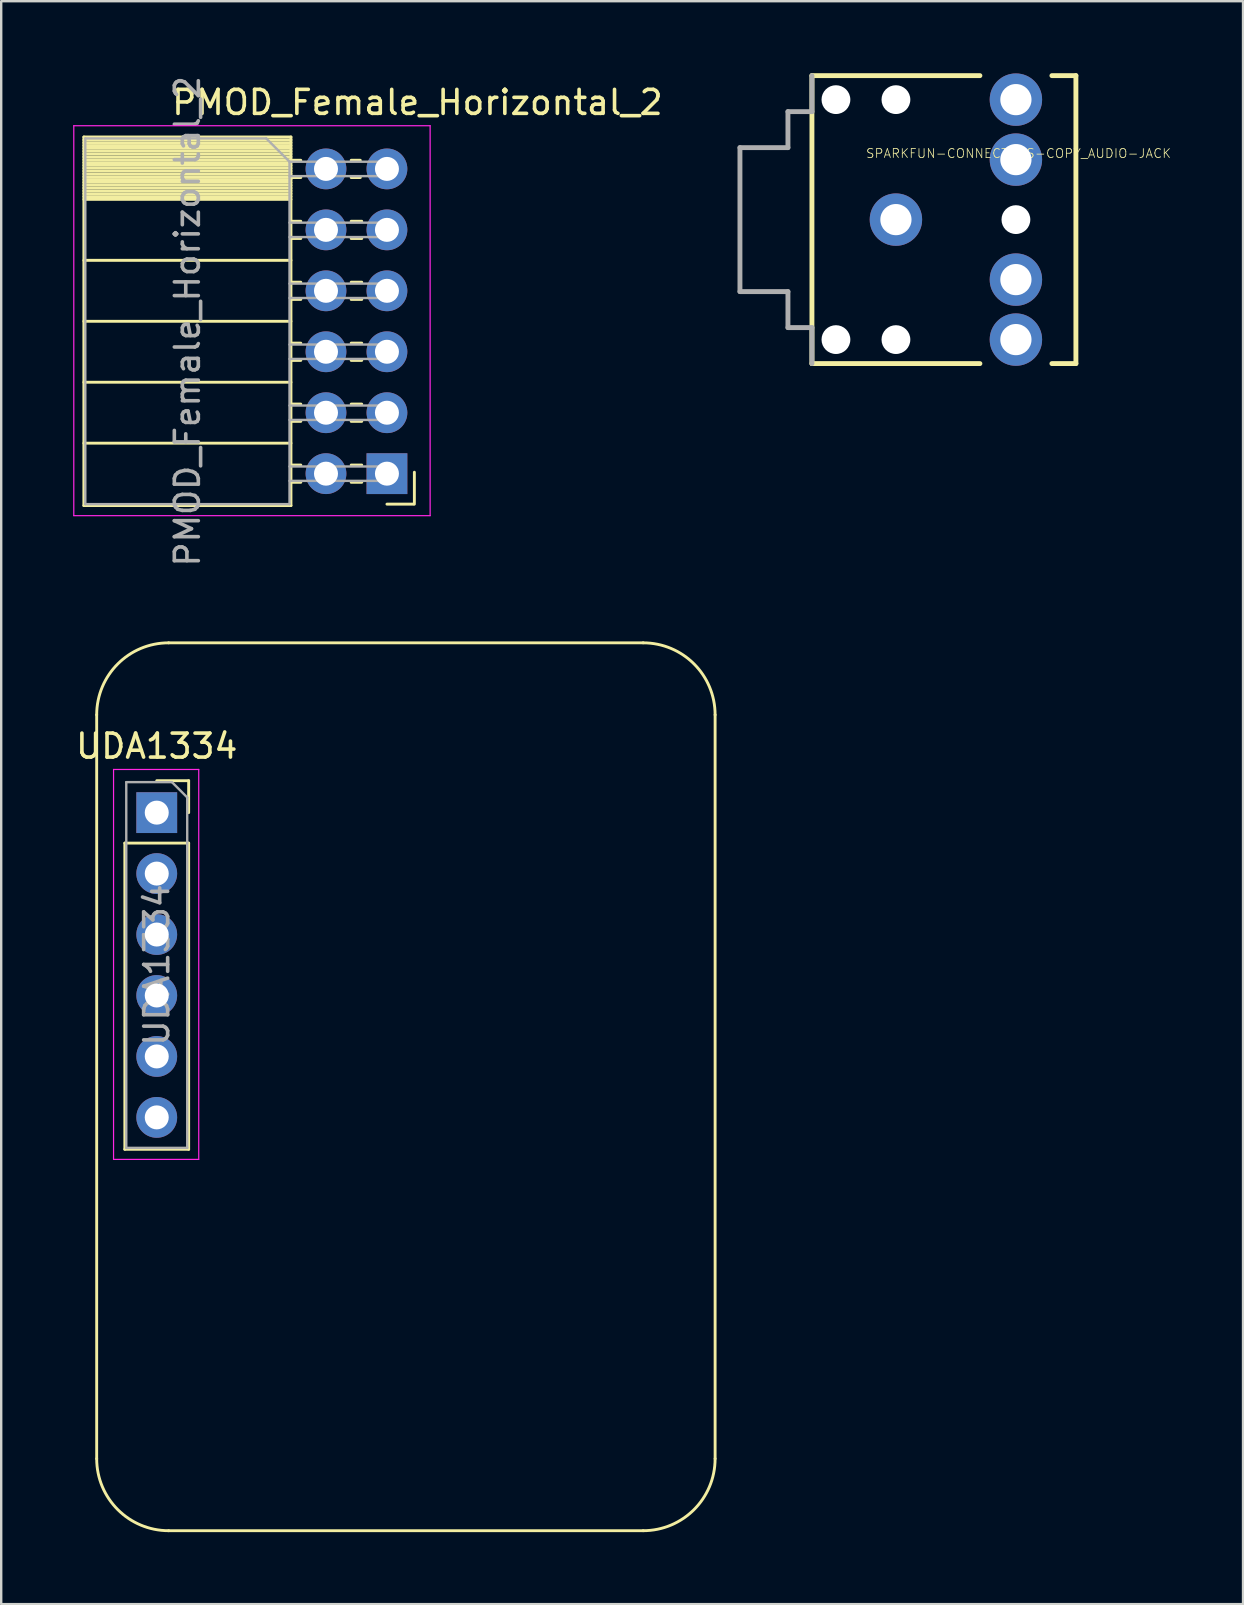
<source format=kicad_pcb>
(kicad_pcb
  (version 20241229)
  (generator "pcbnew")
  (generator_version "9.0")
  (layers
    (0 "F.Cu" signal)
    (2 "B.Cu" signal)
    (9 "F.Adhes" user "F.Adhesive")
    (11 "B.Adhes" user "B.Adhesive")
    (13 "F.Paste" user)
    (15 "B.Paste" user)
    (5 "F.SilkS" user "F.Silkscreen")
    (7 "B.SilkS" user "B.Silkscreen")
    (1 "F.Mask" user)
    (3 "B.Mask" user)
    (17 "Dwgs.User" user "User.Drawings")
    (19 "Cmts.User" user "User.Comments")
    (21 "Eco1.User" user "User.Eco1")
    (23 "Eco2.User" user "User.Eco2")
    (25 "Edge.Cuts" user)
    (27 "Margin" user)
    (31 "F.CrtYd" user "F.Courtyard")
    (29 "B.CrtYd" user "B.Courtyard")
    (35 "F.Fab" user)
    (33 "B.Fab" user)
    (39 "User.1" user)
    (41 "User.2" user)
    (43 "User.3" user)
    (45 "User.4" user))
  (footprint "SPARKFUN-CONNECTORS-COPY_AUDIO-JACK"
    (layer "F.Cu")
    (at 34.286 6.102)
    (property "Reference" "SPARKFUN-CONNECTORS-COPY_AUDIO-JACK" (at -1.27 -2.54 0) (layer "F.SilkS") (effects (font (size 0.374 0.374) (thickness 0.033)) (justify left bottom)))
    (fp_line (start -3.5 -6) (end -3.5 6) (stroke (width 0.203) (type solid)) (layer "F.SilkS"))
    (fp_line (start -3.5 -6) (end 3.5 -6) (stroke (width 0.203) (type solid)) (layer "F.SilkS"))
    (fp_line (start -3.5 6) (end 3.5 6) (stroke (width 0.203) (type solid)) (layer "F.SilkS"))
    (fp_line (start 7.5 -6) (end 6.5 -6) (stroke (width 0.203) (type solid)) (layer "F.SilkS"))
    (fp_line (start 7.5 -6) (end 7.5 6) (stroke (width 0.203) (type solid)) (layer "F.SilkS"))
    (fp_line (start 7.5 6) (end 6.5 6) (stroke (width 0.203) (type solid)) (layer "F.SilkS"))
    (fp_line (start -6.5 -3) (end -6.5 3) (stroke (width 0.203) (type solid)) (layer "F.Fab"))
    (fp_line (start -6.5 -3) (end -4.5 -3) (stroke (width 0.203) (type solid)) (layer "F.Fab"))
    (fp_line (start -6.5 3) (end -4.5 3) (stroke (width 0.203) (type solid)) (layer "F.Fab"))
    (fp_line (start -4.5 -4.5) (end -4.5 -3) (stroke (width 0.203) (type solid)) (layer "F.Fab"))
    (fp_line (start -4.5 -4.5) (end -3.5 -4.5) (stroke (width 0.203) (type solid)) (layer "F.Fab"))
    (fp_line (start -4.5 3) (end -4.5 4.5) (stroke (width 0.203) (type solid)) (layer "F.Fab"))
    (fp_line (start -4.5 4.5) (end -3.5 4.5) (stroke (width 0.203) (type solid)) (layer "F.Fab"))
    (fp_line (start -3.5 -6) (end -3.5 -4.5) (stroke (width 0.203) (type solid)) (layer "F.Fab"))
    (fp_line (start -3.5 4.5) (end -3.5 6) (stroke (width 0.203) (type solid)) (layer "F.Fab"))
    (pad "" np_thru_hole circle (at -2.5 -5) (size 1.2 1.2) (drill 1.2) (layers "*.Cu" "*.Mask"))
    (pad "" np_thru_hole circle (at -2.5 5) (size 1.2 1.2) (drill 1.2) (layers "*.Cu" "*.Mask"))
    (pad "" np_thru_hole circle (at 0 -5) (size 1.2 1.2) (drill 1.2) (layers "*.Cu" "*.Mask"))
    (pad "" np_thru_hole circle (at 0 5) (size 1.2 1.2) (drill 1.2) (layers "*.Cu" "*.Mask"))
    (pad "" np_thru_hole circle (at 5 0) (size 1.2 1.2) (drill 1.2) (layers "*.Cu" "*.Mask"))
    (pad "RING" thru_hole circle (at 5 -5) (size 2.184 2.184) (drill 1.3) (layers "*.Cu" "*.Mask"))
    (pad "RSH" thru_hole circle (at 5 -2.5) (size 2.184 2.184) (drill 1.3) (layers "*.Cu" "*.Mask"))
    (pad "SLEEVE" thru_hole circle (at 0 0) (size 2.184 2.184) (drill 1.3) (layers "*.Cu" "*.Mask"))
    (pad "TIP" thru_hole circle (at 5 5) (size 2.184 2.184) (drill 1.3) (layers "*.Cu" "*.Mask"))
    (pad "TSH" thru_hole circle (at 5 2.5) (size 2.184 2.184) (drill 1.3) (layers "*.Cu" "*.Mask")))
  (footprint "UDA1334"
    (layer "F.Cu")
    (at 3.482 30.815)
    (property "Reference" "UDA1334" (at 0 -2.77 0) (layer "F.SilkS") (effects (font (size 1 1) (thickness 0.15))))
    (attr through_hole)
    (fp_line (start -2.503 -4.076) (end -2.503 26.924) (stroke (width 0.12) (type solid)) (layer "F.SilkS"))
    (fp_line (start -1.33 1.27) (end -1.33 14.03) (stroke (width 0.12) (type solid)) (layer "F.SilkS"))
    (fp_line (start -1.33 1.27) (end 1.33 1.27) (stroke (width 0.12) (type solid)) (layer "F.SilkS"))
    (fp_line (start -1.33 14.03) (end 1.33 14.03) (stroke (width 0.12) (type solid)) (layer "F.SilkS"))
    (fp_line (start 0 -1.33) (end 1.33 -1.33) (stroke (width 0.12) (type solid)) (layer "F.SilkS"))
    (fp_line (start 0.497 29.924) (end 20.269 29.924) (stroke (width 0.12) (type solid)) (layer "F.SilkS"))
    (fp_line (start 1.33 -1.33) (end 1.33 0) (stroke (width 0.12) (type solid)) (layer "F.SilkS"))
    (fp_line (start 1.33 1.27) (end 1.33 14.03) (stroke (width 0.12) (type solid)) (layer "F.SilkS"))
    (fp_line (start 20.269 -7.076) (end 0.497 -7.076) (stroke (width 0.12) (type solid)) (layer "F.SilkS"))
    (fp_line (start 23.269 26.924) (end 23.269 -4.076) (stroke (width 0.12) (type solid)) (layer "F.SilkS"))
    (fp_arc (start -2.50264 -4.076) (mid -1.62396 -6.19732) (end 0.49736 -7.076) (stroke (width 0.12) (type solid)) (layer "F.SilkS"))
    (fp_arc (start 0.49736 29.924) (mid -1.62396 29.04532) (end -2.50264 26.924) (stroke (width 0.12) (type solid)) (layer "F.SilkS"))
    (fp_arc (start 20.26868 -7.076) (mid 22.39 -6.19732) (end 23.26868 -4.076) (stroke (width 0.12) (type solid)) (layer "F.SilkS"))
    (fp_arc (start 23.26868 26.924) (mid 22.39 29.04532) (end 20.26868 29.924) (stroke (width 0.12) (type solid)) (layer "F.SilkS"))
    (fp_line (start -1.8 -1.8) (end 1.75 -1.8) (stroke (width 0.05) (type solid)) (layer "F.CrtYd"))
    (fp_line (start -1.8 14.45) (end -1.8 -1.8) (stroke (width 0.05) (type solid)) (layer "F.CrtYd"))
    (fp_line (start 1.75 -1.8) (end 1.75 14.45) (stroke (width 0.05) (type solid)) (layer "F.CrtYd"))
    (fp_line (start 1.75 14.45) (end -1.8 14.45) (stroke (width 0.05) (type solid)) (layer "F.CrtYd"))
    (fp_line (start -1.27 -1.27) (end 0.635 -1.27) (stroke (width 0.1) (type solid)) (layer "F.Fab"))
    (fp_line (start -1.27 13.97) (end -1.27 -1.27) (stroke (width 0.1) (type solid)) (layer "F.Fab"))
    (fp_line (start 0.635 -1.27) (end 1.27 -0.635) (stroke (width 0.1) (type solid)) (layer "F.Fab"))
    (fp_line (start 1.27 -0.635) (end 1.27 13.97) (stroke (width 0.1) (type solid)) (layer "F.Fab"))
    (fp_line (start 1.27 13.97) (end -1.27 13.97) (stroke (width 0.1) (type solid)) (layer "F.Fab"))
    (fp_text user "${REFERENCE}" (at 0 6.35 270) (layer "F.Fab") (effects (font (size 1 1) (thickness 0.15))))
    (pad "1" thru_hole rect (at 0 0) (size 1.7 1.7) (drill 1) (layers "*.Cu" "*.Mask"))
    (pad "2" thru_hole oval (at 0 2.54) (size 1.7 1.7) (drill 1) (layers "*.Cu" "*.Mask"))
    (pad "3" thru_hole oval (at 0 5.08) (size 1.7 1.7) (drill 1) (layers "*.Cu" "*.Mask"))
    (pad "4" thru_hole oval (at 0 7.62) (size 1.7 1.7) (drill 1) (layers "*.Cu" "*.Mask"))
    (pad "5" thru_hole oval (at 0 10.16) (size 1.7 1.7) (drill 1) (layers "*.Cu" "*.Mask"))
    (pad "6" thru_hole oval (at 0 12.7) (size 1.7 1.7) (drill 1) (layers "*.Cu" "*.Mask")))
  (footprint "PMOD_Female_Horizontal_2"
    (layer "F.Cu")
    (at 13.075 3.989)
    (property "Reference" "PMOD_Female_Horizontal_2" (at 1.27 -2.77 180) (layer "F.SilkS") (effects (font (size 1 1) (thickness 0.15))))
    (attr through_hole)
    (fp_line (start -12.63 -1.33) (end -12.63 14.03) (stroke (width 0.12) (type solid)) (layer "F.SilkS"))
    (fp_line (start -12.63 -1.33) (end -4 -1.33) (stroke (width 0.12) (type solid)) (layer "F.SilkS"))
    (fp_line (start -12.63 -1.21) (end -4 -1.21) (stroke (width 0.12) (type solid)) (layer "F.SilkS"))
    (fp_line (start -12.63 -1.092) (end -4 -1.092) (stroke (width 0.12) (type solid)) (layer "F.SilkS"))
    (fp_line (start -12.63 -0.974) (end -4 -0.974) (stroke (width 0.12) (type solid)) (layer "F.SilkS"))
    (fp_line (start -12.63 -0.856) (end -4 -0.856) (stroke (width 0.12) (type solid)) (layer "F.SilkS"))
    (fp_line (start -12.63 -0.738) (end -4 -0.738) (stroke (width 0.12) (type solid)) (layer "F.SilkS"))
    (fp_line (start -12.63 -0.62) (end -4 -0.62) (stroke (width 0.12) (type solid)) (layer "F.SilkS"))
    (fp_line (start -12.63 -0.501) (end -4 -0.501) (stroke (width 0.12) (type solid)) (layer "F.SilkS"))
    (fp_line (start -12.63 -0.383) (end -4 -0.383) (stroke (width 0.12) (type solid)) (layer "F.SilkS"))
    (fp_line (start -12.63 -0.265) (end -4 -0.265) (stroke (width 0.12) (type solid)) (layer "F.SilkS"))
    (fp_line (start -12.63 -0.147) (end -4 -0.147) (stroke (width 0.12) (type solid)) (layer "F.SilkS"))
    (fp_line (start -12.63 -0.029) (end -4 -0.029) (stroke (width 0.12) (type solid)) (layer "F.SilkS"))
    (fp_line (start -12.63 0.089) (end -4 0.089) (stroke (width 0.12) (type solid)) (layer "F.SilkS"))
    (fp_line (start -12.63 0.207) (end -4 0.207) (stroke (width 0.12) (type solid)) (layer "F.SilkS"))
    (fp_line (start -12.63 0.325) (end -4 0.325) (stroke (width 0.12) (type solid)) (layer "F.SilkS"))
    (fp_line (start -12.63 0.443) (end -4 0.443) (stroke (width 0.12) (type solid)) (layer "F.SilkS"))
    (fp_line (start -12.63 0.561) (end -4 0.561) (stroke (width 0.12) (type solid)) (layer "F.SilkS"))
    (fp_line (start -12.63 0.68) (end -4 0.68) (stroke (width 0.12) (type solid)) (layer "F.SilkS"))
    (fp_line (start -12.63 0.798) (end -4 0.798) (stroke (width 0.12) (type solid)) (layer "F.SilkS"))
    (fp_line (start -12.63 0.916) (end -4 0.916) (stroke (width 0.12) (type solid)) (layer "F.SilkS"))
    (fp_line (start -12.63 1.034) (end -4 1.034) (stroke (width 0.12) (type solid)) (layer "F.SilkS"))
    (fp_line (start -12.63 1.152) (end -4 1.152) (stroke (width 0.12) (type solid)) (layer "F.SilkS"))
    (fp_line (start -12.63 1.27) (end -4 1.27) (stroke (width 0.12) (type solid)) (layer "F.SilkS"))
    (fp_line (start -12.63 3.81) (end -4 3.81) (stroke (width 0.12) (type solid)) (layer "F.SilkS"))
    (fp_line (start -12.63 6.35) (end -4 6.35) (stroke (width 0.12) (type solid)) (layer "F.SilkS"))
    (fp_line (start -12.63 8.89) (end -4 8.89) (stroke (width 0.12) (type solid)) (layer "F.SilkS"))
    (fp_line (start -12.63 11.43) (end -4 11.43) (stroke (width 0.12) (type solid)) (layer "F.SilkS"))
    (fp_line (start -12.63 14.03) (end -4 14.03) (stroke (width 0.12) (type solid)) (layer "F.SilkS"))
    (fp_line (start -4 -1.33) (end -4 14.03) (stroke (width 0.12) (type solid)) (layer "F.SilkS"))
    (fp_line (start -4 -0.36) (end -3.59 -0.36) (stroke (width 0.12) (type solid)) (layer "F.SilkS"))
    (fp_line (start -4 0.36) (end -3.59 0.36) (stroke (width 0.12) (type solid)) (layer "F.SilkS"))
    (fp_line (start -4 2.18) (end -3.59 2.18) (stroke (width 0.12) (type solid)) (layer "F.SilkS"))
    (fp_line (start -4 2.9) (end -3.59 2.9) (stroke (width 0.12) (type solid)) (layer "F.SilkS"))
    (fp_line (start -4 4.72) (end -3.59 4.72) (stroke (width 0.12) (type solid)) (layer "F.SilkS"))
    (fp_line (start -4 5.44) (end -3.59 5.44) (stroke (width 0.12) (type solid)) (layer "F.SilkS"))
    (fp_line (start -4 7.26) (end -3.59 7.26) (stroke (width 0.12) (type solid)) (layer "F.SilkS"))
    (fp_line (start -4 7.98) (end -3.59 7.98) (stroke (width 0.12) (type solid)) (layer "F.SilkS"))
    (fp_line (start -4 9.8) (end -3.59 9.8) (stroke (width 0.12) (type solid)) (layer "F.SilkS"))
    (fp_line (start -4 10.52) (end -3.59 10.52) (stroke (width 0.12) (type solid)) (layer "F.SilkS"))
    (fp_line (start -4 12.34) (end -3.59 12.34) (stroke (width 0.12) (type solid)) (layer "F.SilkS"))
    (fp_line (start -4 13.06) (end -3.59 13.06) (stroke (width 0.12) (type solid)) (layer "F.SilkS"))
    (fp_line (start -1.49 -0.36) (end -1.11 -0.36) (stroke (width 0.12) (type solid)) (layer "F.SilkS"))
    (fp_line (start -1.49 0.36) (end -1.11 0.36) (stroke (width 0.12) (type solid)) (layer "F.SilkS"))
    (fp_line (start -1.49 2.18) (end -1.05 2.18) (stroke (width 0.12) (type solid)) (layer "F.SilkS"))
    (fp_line (start -1.49 2.9) (end -1.05 2.9) (stroke (width 0.12) (type solid)) (layer "F.SilkS"))
    (fp_line (start -1.49 4.72) (end -1.05 4.72) (stroke (width 0.12) (type solid)) (layer "F.SilkS"))
    (fp_line (start -1.49 5.44) (end -1.05 5.44) (stroke (width 0.12) (type solid)) (layer "F.SilkS"))
    (fp_line (start -1.49 7.26) (end -1.05 7.26) (stroke (width 0.12) (type solid)) (layer "F.SilkS"))
    (fp_line (start -1.49 7.98) (end -1.05 7.98) (stroke (width 0.12) (type solid)) (layer "F.SilkS"))
    (fp_line (start -1.49 9.8) (end -1.05 9.8) (stroke (width 0.12) (type solid)) (layer "F.SilkS"))
    (fp_line (start -1.49 10.52) (end -1.05 10.52) (stroke (width 0.12) (type solid)) (layer "F.SilkS"))
    (fp_line (start -1.49 12.34) (end -1.05 12.34) (stroke (width 0.12) (type solid)) (layer "F.SilkS"))
    (fp_line (start -1.49 13.06) (end -1.05 13.06) (stroke (width 0.12) (type solid)) (layer "F.SilkS"))
    (fp_line (start 0 13.97) (end 1.11 13.97) (stroke (width 0.12) (type solid)) (layer "F.SilkS"))
    (fp_line (start 1.143 12.64) (end 1.143 13.97) (stroke (width 0.12) (type solid)) (layer "F.SilkS"))
    (fp_line (start -13.05 -1.8) (end -13.05 14.45) (stroke (width 0.05) (type solid)) (layer "F.CrtYd"))
    (fp_line (start -13.05 14.45) (end 1.8 14.45) (stroke (width 0.05) (type solid)) (layer "F.CrtYd"))
    (fp_line (start 1.8 -1.8) (end -13.05 -1.8) (stroke (width 0.05) (type solid)) (layer "F.CrtYd"))
    (fp_line (start 1.8 14.45) (end 1.8 -1.8) (stroke (width 0.05) (type solid)) (layer "F.CrtYd"))
    (fp_line (start -12.57 -1.27) (end -5.03 -1.27) (stroke (width 0.1) (type solid)) (layer "F.Fab"))
    (fp_line (start -12.57 13.97) (end -12.57 -1.27) (stroke (width 0.1) (type solid)) (layer "F.Fab"))
    (fp_line (start -5.03 -1.27) (end -4.06 -0.3) (stroke (width 0.1) (type solid)) (layer "F.Fab"))
    (fp_line (start -4.06 -0.3) (end -4.06 13.97) (stroke (width 0.1) (type solid)) (layer "F.Fab"))
    (fp_line (start -4.06 0.3) (end 0 0.3) (stroke (width 0.1) (type solid)) (layer "F.Fab"))
    (fp_line (start -4.06 2.84) (end 0 2.84) (stroke (width 0.1) (type solid)) (layer "F.Fab"))
    (fp_line (start -4.06 5.38) (end 0 5.38) (stroke (width 0.1) (type solid)) (layer "F.Fab"))
    (fp_line (start -4.06 7.92) (end 0 7.92) (stroke (width 0.1) (type solid)) (layer "F.Fab"))
    (fp_line (start -4.06 10.46) (end 0 10.46) (stroke (width 0.1) (type solid)) (layer "F.Fab"))
    (fp_line (start -4.06 13) (end 0 13) (stroke (width 0.1) (type solid)) (layer "F.Fab"))
    (fp_line (start -4.06 13.97) (end -12.57 13.97) (stroke (width 0.1) (type solid)) (layer "F.Fab"))
    (fp_line (start 0 -0.3) (end -4.06 -0.3) (stroke (width 0.1) (type solid)) (layer "F.Fab"))
    (fp_line (start 0 0.3) (end 0 -0.3) (stroke (width 0.1) (type solid)) (layer "F.Fab"))
    (fp_line (start 0 2.24) (end -4.06 2.24) (stroke (width 0.1) (type solid)) (layer "F.Fab"))
    (fp_line (start 0 2.84) (end 0 2.24) (stroke (width 0.1) (type solid)) (layer "F.Fab"))
    (fp_line (start 0 4.78) (end -4.06 4.78) (stroke (width 0.1) (type solid)) (layer "F.Fab"))
    (fp_line (start 0 5.38) (end 0 4.78) (stroke (width 0.1) (type solid)) (layer "F.Fab"))
    (fp_line (start 0 7.32) (end -4.06 7.32) (stroke (width 0.1) (type solid)) (layer "F.Fab"))
    (fp_line (start 0 7.92) (end 0 7.32) (stroke (width 0.1) (type solid)) (layer "F.Fab"))
    (fp_line (start 0 9.86) (end -4.06 9.86) (stroke (width 0.1) (type solid)) (layer "F.Fab"))
    (fp_line (start 0 10.46) (end 0 9.86) (stroke (width 0.1) (type solid)) (layer "F.Fab"))
    (fp_line (start 0 12.4) (end -4.06 12.4) (stroke (width 0.1) (type solid)) (layer "F.Fab"))
    (fp_line (start 0 13) (end 0 12.4) (stroke (width 0.1) (type solid)) (layer "F.Fab"))
    (fp_text user "${REFERENCE}" (at -8.315 6.35 270) (layer "F.Fab") (effects (font (size 1 1) (thickness 0.15))))
    (pad "1" thru_hole rect (at 0 12.7) (size 1.7 1.7) (drill 1) (layers "*.Cu" "*.Mask"))
    (pad "2" thru_hole oval (at 0 10.16) (size 1.7 1.7) (drill 1) (layers "*.Cu" "*.Mask"))
    (pad "3" thru_hole oval (at 0 7.62) (size 1.7 1.7) (drill 1) (layers "*.Cu" "*.Mask"))
    (pad "4" thru_hole oval (at 0 5.08) (size 1.7 1.7) (drill 1) (layers "*.Cu" "*.Mask"))
    (pad "5" thru_hole oval (at 0 2.54) (size 1.7 1.7) (drill 1) (layers "*.Cu" "*.Mask"))
    (pad "6" thru_hole oval (at 0 0) (size 1.7 1.7) (drill 1) (layers "*.Cu" "*.Mask"))
    (pad "7" thru_hole oval (at -2.54 12.7) (size 1.7 1.7) (drill 1) (layers "*.Cu" "*.Mask"))
    (pad "8" thru_hole oval (at -2.54 10.16) (size 1.7 1.7) (drill 1) (layers "*.Cu" "*.Mask"))
    (pad "9" thru_hole oval (at -2.54 7.62) (size 1.7 1.7) (drill 1) (layers "*.Cu" "*.Mask"))
    (pad "10" thru_hole oval (at -2.54 5.08) (size 1.7 1.7) (drill 1) (layers "*.Cu" "*.Mask"))
    (pad "11" thru_hole oval (at -2.54 2.54) (size 1.7 1.7) (drill 1) (layers "*.Cu" "*.Mask"))
    (pad "12" thru_hole oval (at -2.54 0) (size 1.7 1.7) (drill 1) (layers "*.Cu" "*.Mask")))
  (gr_rect
    (start -3 -3)
    (end 48.751 63.799)
    (stroke (width 0.1) (type default))
    (fill no)
    (layer "Edge.Cuts")))
</source>
